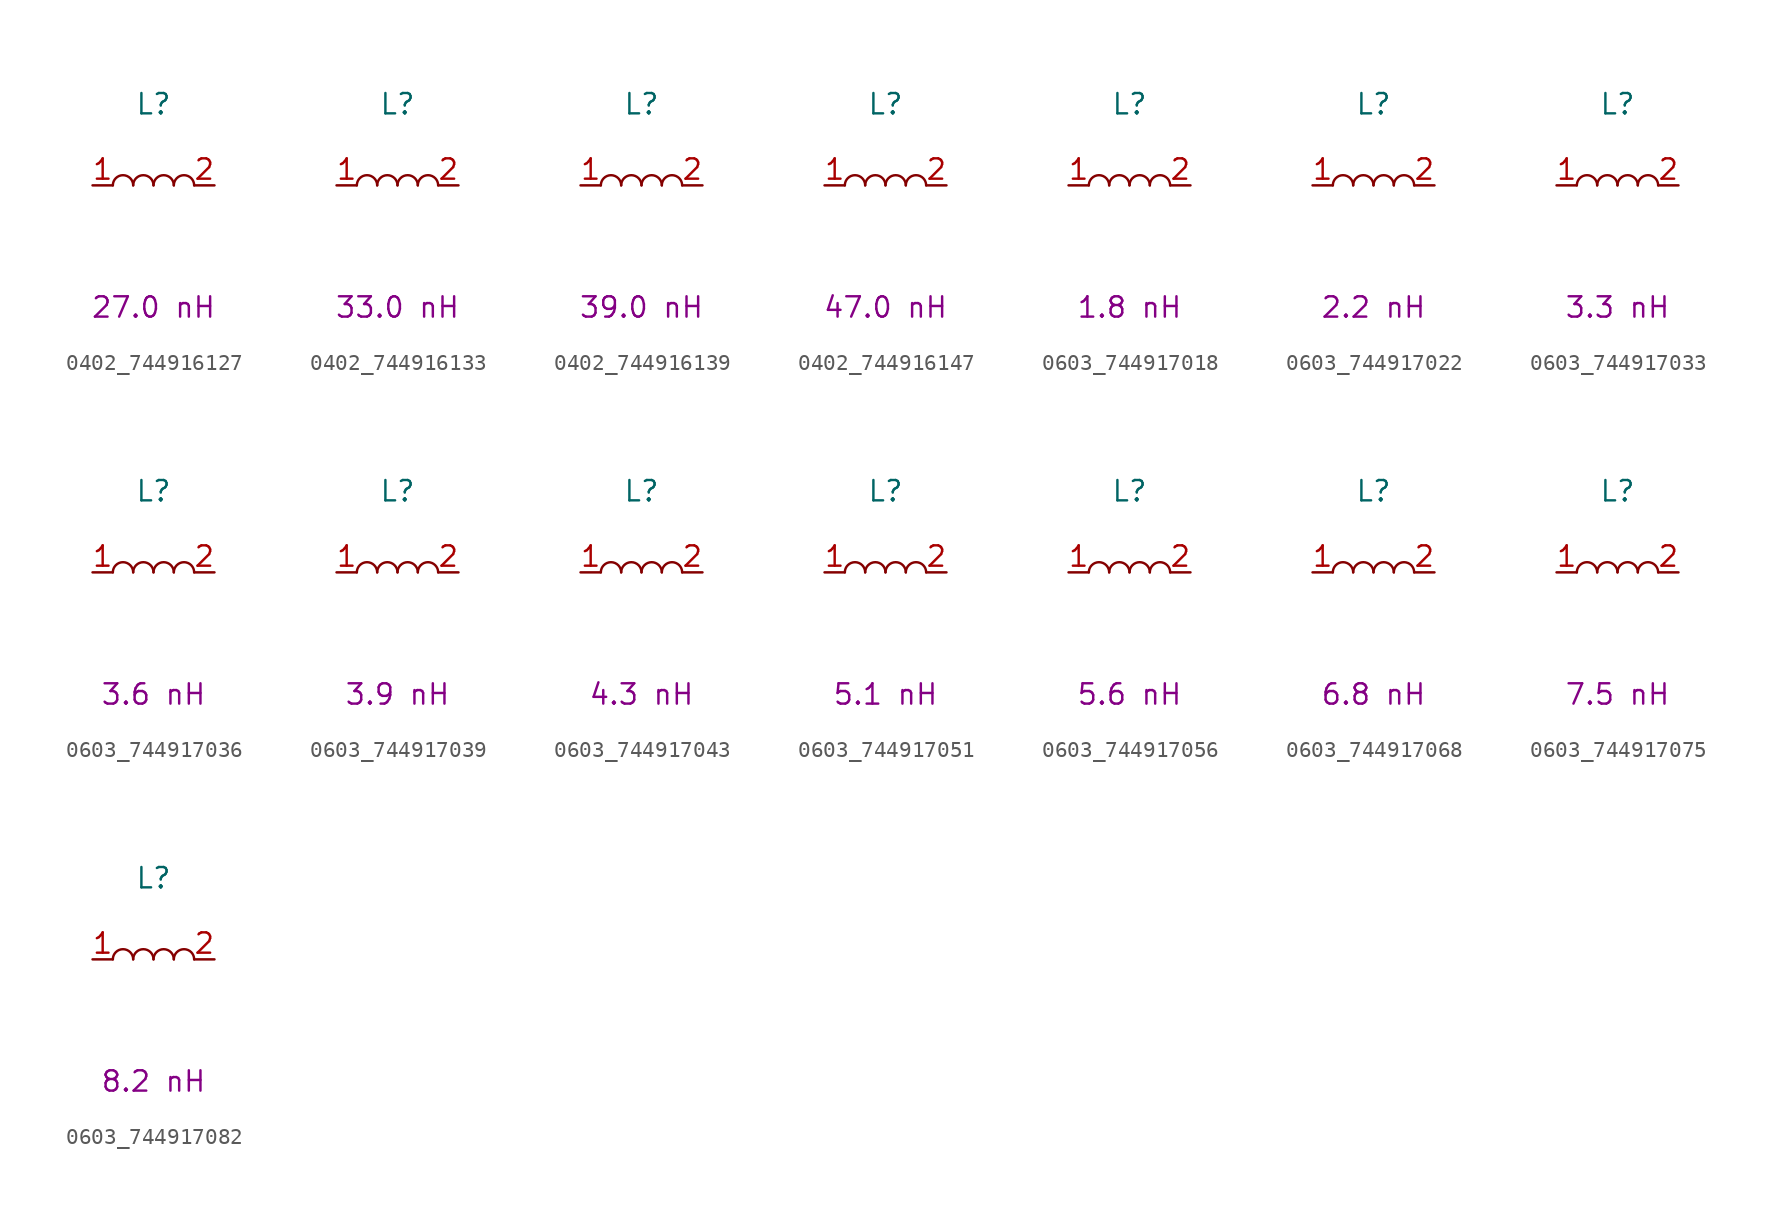
<source format=kicad_sym>
(kicad_symbol_lib
  (version 20220914)
  (generator kicad_symbol_editor)
  (symbol "0402_744916127"
    (pin_names hide)
    (property "Reference" "L"
      (at 0 5.08 0)
      (effects (font (size 1.27 1.27))))
    (property "Critical Parameter" "27.0 nH"
      (at 0 -7.62 0)
      (effects (font (size 1.27 1.27))))
    (symbol "0402_744916127_0_1"
      (arc (start -1.27 0) (mid -1.905 0.6323) (end -2.54 0) (stroke (width 0) (type default)) (fill (type none)))
      (arc (start 0 0) (mid -0.635 0.6323) (end -1.27 0) (stroke (width 0) (type default)) (fill (type none)))
      (arc (start 1.27 0) (mid 0.635 0.6323) (end 0 0) (stroke (width 0) (type default)) (fill (type none)))
      (arc (start 2.54 0) (mid 1.905 0.6323) (end 1.27 0) (stroke (width 0) (type default)) (fill (type none))))
    (symbol "0402_744916127_1_1"
      (pin passive line (at -3.81 0 0) (length 1.27) (name "1" (effects (font (size 1.27 1.27)))) (number "1" (effects (font (size 1.27 1.27)))))
      (pin passive line (at 3.81 0 180) (length 1.27) (name "2" (effects (font (size 1.27 1.27)))) (number "2" (effects (font (size 1.27 1.27)))))))
  (symbol "0402_744916133"
    (pin_names hide)
    (property "Reference" "L"
      (at 0 5.08 0)
      (effects (font (size 1.27 1.27))))
    (property "Critical Parameter" "33.0 nH"
      (at 0 -7.62 0)
      (effects (font (size 1.27 1.27))))
    (symbol "0402_744916133_0_1"
      (arc (start -1.27 0) (mid -1.905 0.6323) (end -2.54 0) (stroke (width 0) (type default)) (fill (type none)))
      (arc (start 0 0) (mid -0.635 0.6323) (end -1.27 0) (stroke (width 0) (type default)) (fill (type none)))
      (arc (start 1.27 0) (mid 0.635 0.6323) (end 0 0) (stroke (width 0) (type default)) (fill (type none)))
      (arc (start 2.54 0) (mid 1.905 0.6323) (end 1.27 0) (stroke (width 0) (type default)) (fill (type none))))
    (symbol "0402_744916133_1_1"
      (pin passive line (at -3.81 0 0) (length 1.27) (name "1" (effects (font (size 1.27 1.27)))) (number "1" (effects (font (size 1.27 1.27)))))
      (pin passive line (at 3.81 0 180) (length 1.27) (name "2" (effects (font (size 1.27 1.27)))) (number "2" (effects (font (size 1.27 1.27)))))))
  (symbol "0402_744916139"
    (pin_names hide)
    (property "Reference" "L"
      (at 0 5.08 0)
      (effects (font (size 1.27 1.27))))
    (property "Critical Parameter" "39.0 nH"
      (at 0 -7.62 0)
      (effects (font (size 1.27 1.27))))
    (symbol "0402_744916139_0_1"
      (arc (start -1.27 0) (mid -1.905 0.6323) (end -2.54 0) (stroke (width 0) (type default)) (fill (type none)))
      (arc (start 0 0) (mid -0.635 0.6323) (end -1.27 0) (stroke (width 0) (type default)) (fill (type none)))
      (arc (start 1.27 0) (mid 0.635 0.6323) (end 0 0) (stroke (width 0) (type default)) (fill (type none)))
      (arc (start 2.54 0) (mid 1.905 0.6323) (end 1.27 0) (stroke (width 0) (type default)) (fill (type none))))
    (symbol "0402_744916139_1_1"
      (pin passive line (at -3.81 0 0) (length 1.27) (name "1" (effects (font (size 1.27 1.27)))) (number "1" (effects (font (size 1.27 1.27)))))
      (pin passive line (at 3.81 0 180) (length 1.27) (name "2" (effects (font (size 1.27 1.27)))) (number "2" (effects (font (size 1.27 1.27)))))))
  (symbol "0402_744916147"
    (pin_names hide)
    (property "Reference" "L"
      (at 0 5.08 0)
      (effects (font (size 1.27 1.27))))
    (property "Critical Parameter" "47.0 nH"
      (at 0 -7.62 0)
      (effects (font (size 1.27 1.27))))
    (symbol "0402_744916147_0_1"
      (arc (start -1.27 0) (mid -1.905 0.6323) (end -2.54 0) (stroke (width 0) (type default)) (fill (type none)))
      (arc (start 0 0) (mid -0.635 0.6323) (end -1.27 0) (stroke (width 0) (type default)) (fill (type none)))
      (arc (start 1.27 0) (mid 0.635 0.6323) (end 0 0) (stroke (width 0) (type default)) (fill (type none)))
      (arc (start 2.54 0) (mid 1.905 0.6323) (end 1.27 0) (stroke (width 0) (type default)) (fill (type none))))
    (symbol "0402_744916147_1_1"
      (pin passive line (at -3.81 0 0) (length 1.27) (name "1" (effects (font (size 1.27 1.27)))) (number "1" (effects (font (size 1.27 1.27)))))
      (pin passive line (at 3.81 0 180) (length 1.27) (name "2" (effects (font (size 1.27 1.27)))) (number "2" (effects (font (size 1.27 1.27)))))))
  (symbol "0603_744917018"
    (pin_names hide)
    (property "Reference" "L"
      (at 0 5.08 0)
      (effects (font (size 1.27 1.27))))
    (property "Critical Parameter" "1.8 nH"
      (at 0 -7.62 0)
      (effects (font (size 1.27 1.27))))
    (symbol "0603_744917018_0_1"
      (arc (start -1.27 0) (mid -1.905 0.6323) (end -2.54 0) (stroke (width 0) (type default)) (fill (type none)))
      (arc (start 0 0) (mid -0.635 0.6323) (end -1.27 0) (stroke (width 0) (type default)) (fill (type none)))
      (arc (start 1.27 0) (mid 0.635 0.6323) (end 0 0) (stroke (width 0) (type default)) (fill (type none)))
      (arc (start 2.54 0) (mid 1.905 0.6323) (end 1.27 0) (stroke (width 0) (type default)) (fill (type none))))
    (symbol "0603_744917018_1_1"
      (pin passive line (at -3.81 0 0) (length 1.27) (name "1" (effects (font (size 1.27 1.27)))) (number "1" (effects (font (size 1.27 1.27)))))
      (pin passive line (at 3.81 0 180) (length 1.27) (name "2" (effects (font (size 1.27 1.27)))) (number "2" (effects (font (size 1.27 1.27)))))))
  (symbol "0603_744917022"
    (pin_names hide)
    (property "Reference" "L"
      (at 0 5.08 0)
      (effects (font (size 1.27 1.27))))
    (property "Critical Parameter" "2.2 nH"
      (at 0 -7.62 0)
      (effects (font (size 1.27 1.27))))
    (symbol "0603_744917022_0_1"
      (arc (start -1.27 0) (mid -1.905 0.6323) (end -2.54 0) (stroke (width 0) (type default)) (fill (type none)))
      (arc (start 0 0) (mid -0.635 0.6323) (end -1.27 0) (stroke (width 0) (type default)) (fill (type none)))
      (arc (start 1.27 0) (mid 0.635 0.6323) (end 0 0) (stroke (width 0) (type default)) (fill (type none)))
      (arc (start 2.54 0) (mid 1.905 0.6323) (end 1.27 0) (stroke (width 0) (type default)) (fill (type none))))
    (symbol "0603_744917022_1_1"
      (pin passive line (at -3.81 0 0) (length 1.27) (name "1" (effects (font (size 1.27 1.27)))) (number "1" (effects (font (size 1.27 1.27)))))
      (pin passive line (at 3.81 0 180) (length 1.27) (name "2" (effects (font (size 1.27 1.27)))) (number "2" (effects (font (size 1.27 1.27)))))))
  (symbol "0603_744917033"
    (pin_names hide)
    (property "Reference" "L"
      (at 0 5.08 0)
      (effects (font (size 1.27 1.27))))
    (property "Critical Parameter" "3.3 nH"
      (at 0 -7.62 0)
      (effects (font (size 1.27 1.27))))
    (symbol "0603_744917033_0_1"
      (arc (start -1.27 0) (mid -1.905 0.6323) (end -2.54 0) (stroke (width 0) (type default)) (fill (type none)))
      (arc (start 0 0) (mid -0.635 0.6323) (end -1.27 0) (stroke (width 0) (type default)) (fill (type none)))
      (arc (start 1.27 0) (mid 0.635 0.6323) (end 0 0) (stroke (width 0) (type default)) (fill (type none)))
      (arc (start 2.54 0) (mid 1.905 0.6323) (end 1.27 0) (stroke (width 0) (type default)) (fill (type none))))
    (symbol "0603_744917033_1_1"
      (pin passive line (at -3.81 0 0) (length 1.27) (name "1" (effects (font (size 1.27 1.27)))) (number "1" (effects (font (size 1.27 1.27)))))
      (pin passive line (at 3.81 0 180) (length 1.27) (name "2" (effects (font (size 1.27 1.27)))) (number "2" (effects (font (size 1.27 1.27)))))))
  (symbol "0603_744917036"
    (pin_names hide)
    (property "Reference" "L"
      (at 0 5.08 0)
      (effects (font (size 1.27 1.27))))
    (property "Critical Parameter" "3.6 nH"
      (at 0 -7.62 0)
      (effects (font (size 1.27 1.27))))
    (symbol "0603_744917036_0_1"
      (arc (start -1.27 0) (mid -1.905 0.6323) (end -2.54 0) (stroke (width 0) (type default)) (fill (type none)))
      (arc (start 0 0) (mid -0.635 0.6323) (end -1.27 0) (stroke (width 0) (type default)) (fill (type none)))
      (arc (start 1.27 0) (mid 0.635 0.6323) (end 0 0) (stroke (width 0) (type default)) (fill (type none)))
      (arc (start 2.54 0) (mid 1.905 0.6323) (end 1.27 0) (stroke (width 0) (type default)) (fill (type none))))
    (symbol "0603_744917036_1_1"
      (pin passive line (at -3.81 0 0) (length 1.27) (name "1" (effects (font (size 1.27 1.27)))) (number "1" (effects (font (size 1.27 1.27)))))
      (pin passive line (at 3.81 0 180) (length 1.27) (name "2" (effects (font (size 1.27 1.27)))) (number "2" (effects (font (size 1.27 1.27)))))))
  (symbol "0603_744917039"
    (pin_names hide)
    (property "Reference" "L"
      (at 0 5.08 0)
      (effects (font (size 1.27 1.27))))
    (property "Critical Parameter" "3.9 nH"
      (at 0 -7.62 0)
      (effects (font (size 1.27 1.27))))
    (symbol "0603_744917039_0_1"
      (arc (start -1.27 0) (mid -1.905 0.6323) (end -2.54 0) (stroke (width 0) (type default)) (fill (type none)))
      (arc (start 0 0) (mid -0.635 0.6323) (end -1.27 0) (stroke (width 0) (type default)) (fill (type none)))
      (arc (start 1.27 0) (mid 0.635 0.6323) (end 0 0) (stroke (width 0) (type default)) (fill (type none)))
      (arc (start 2.54 0) (mid 1.905 0.6323) (end 1.27 0) (stroke (width 0) (type default)) (fill (type none))))
    (symbol "0603_744917039_1_1"
      (pin passive line (at -3.81 0 0) (length 1.27) (name "1" (effects (font (size 1.27 1.27)))) (number "1" (effects (font (size 1.27 1.27)))))
      (pin passive line (at 3.81 0 180) (length 1.27) (name "2" (effects (font (size 1.27 1.27)))) (number "2" (effects (font (size 1.27 1.27)))))))
  (symbol "0603_744917043"
    (pin_names hide)
    (property "Reference" "L"
      (at 0 5.08 0)
      (effects (font (size 1.27 1.27))))
    (property "Critical Parameter" "4.3 nH"
      (at 0 -7.62 0)
      (effects (font (size 1.27 1.27))))
    (symbol "0603_744917043_0_1"
      (arc (start -1.27 0) (mid -1.905 0.6323) (end -2.54 0) (stroke (width 0) (type default)) (fill (type none)))
      (arc (start 0 0) (mid -0.635 0.6323) (end -1.27 0) (stroke (width 0) (type default)) (fill (type none)))
      (arc (start 1.27 0) (mid 0.635 0.6323) (end 0 0) (stroke (width 0) (type default)) (fill (type none)))
      (arc (start 2.54 0) (mid 1.905 0.6323) (end 1.27 0) (stroke (width 0) (type default)) (fill (type none))))
    (symbol "0603_744917043_1_1"
      (pin passive line (at -3.81 0 0) (length 1.27) (name "1" (effects (font (size 1.27 1.27)))) (number "1" (effects (font (size 1.27 1.27)))))
      (pin passive line (at 3.81 0 180) (length 1.27) (name "2" (effects (font (size 1.27 1.27)))) (number "2" (effects (font (size 1.27 1.27)))))))
  (symbol "0603_744917051"
    (pin_names hide)
    (property "Reference" "L"
      (at 0 5.08 0)
      (effects (font (size 1.27 1.27))))
    (property "Critical Parameter" "5.1 nH"
      (at 0 -7.62 0)
      (effects (font (size 1.27 1.27))))
    (symbol "0603_744917051_0_1"
      (arc (start -1.27 0) (mid -1.905 0.6323) (end -2.54 0) (stroke (width 0) (type default)) (fill (type none)))
      (arc (start 0 0) (mid -0.635 0.6323) (end -1.27 0) (stroke (width 0) (type default)) (fill (type none)))
      (arc (start 1.27 0) (mid 0.635 0.6323) (end 0 0) (stroke (width 0) (type default)) (fill (type none)))
      (arc (start 2.54 0) (mid 1.905 0.6323) (end 1.27 0) (stroke (width 0) (type default)) (fill (type none))))
    (symbol "0603_744917051_1_1"
      (pin passive line (at -3.81 0 0) (length 1.27) (name "1" (effects (font (size 1.27 1.27)))) (number "1" (effects (font (size 1.27 1.27)))))
      (pin passive line (at 3.81 0 180) (length 1.27) (name "2" (effects (font (size 1.27 1.27)))) (number "2" (effects (font (size 1.27 1.27)))))))
  (symbol "0603_744917056"
    (pin_names hide)
    (property "Reference" "L"
      (at 0 5.08 0)
      (effects (font (size 1.27 1.27))))
    (property "Critical Parameter" "5.6 nH"
      (at 0 -7.62 0)
      (effects (font (size 1.27 1.27))))
    (symbol "0603_744917056_0_1"
      (arc (start -1.27 0) (mid -1.905 0.6323) (end -2.54 0) (stroke (width 0) (type default)) (fill (type none)))
      (arc (start 0 0) (mid -0.635 0.6323) (end -1.27 0) (stroke (width 0) (type default)) (fill (type none)))
      (arc (start 1.27 0) (mid 0.635 0.6323) (end 0 0) (stroke (width 0) (type default)) (fill (type none)))
      (arc (start 2.54 0) (mid 1.905 0.6323) (end 1.27 0) (stroke (width 0) (type default)) (fill (type none))))
    (symbol "0603_744917056_1_1"
      (pin passive line (at -3.81 0 0) (length 1.27) (name "1" (effects (font (size 1.27 1.27)))) (number "1" (effects (font (size 1.27 1.27)))))
      (pin passive line (at 3.81 0 180) (length 1.27) (name "2" (effects (font (size 1.27 1.27)))) (number "2" (effects (font (size 1.27 1.27)))))))
  (symbol "0603_744917068"
    (pin_names hide)
    (property "Reference" "L"
      (at 0 5.08 0)
      (effects (font (size 1.27 1.27))))
    (property "Critical Parameter" "6.8 nH"
      (at 0 -7.62 0)
      (effects (font (size 1.27 1.27))))
    (symbol "0603_744917068_0_1"
      (arc (start -1.27 0) (mid -1.905 0.6323) (end -2.54 0) (stroke (width 0) (type default)) (fill (type none)))
      (arc (start 0 0) (mid -0.635 0.6323) (end -1.27 0) (stroke (width 0) (type default)) (fill (type none)))
      (arc (start 1.27 0) (mid 0.635 0.6323) (end 0 0) (stroke (width 0) (type default)) (fill (type none)))
      (arc (start 2.54 0) (mid 1.905 0.6323) (end 1.27 0) (stroke (width 0) (type default)) (fill (type none))))
    (symbol "0603_744917068_1_1"
      (pin passive line (at -3.81 0 0) (length 1.27) (name "1" (effects (font (size 1.27 1.27)))) (number "1" (effects (font (size 1.27 1.27)))))
      (pin passive line (at 3.81 0 180) (length 1.27) (name "2" (effects (font (size 1.27 1.27)))) (number "2" (effects (font (size 1.27 1.27)))))))
  (symbol "0603_744917075"
    (pin_names hide)
    (property "Reference" "L"
      (at 0 5.08 0)
      (effects (font (size 1.27 1.27))))
    (property "Critical Parameter" "7.5 nH"
      (at 0 -7.62 0)
      (effects (font (size 1.27 1.27))))
    (symbol "0603_744917075_0_1"
      (arc (start -1.27 0) (mid -1.905 0.6323) (end -2.54 0) (stroke (width 0) (type default)) (fill (type none)))
      (arc (start 0 0) (mid -0.635 0.6323) (end -1.27 0) (stroke (width 0) (type default)) (fill (type none)))
      (arc (start 1.27 0) (mid 0.635 0.6323) (end 0 0) (stroke (width 0) (type default)) (fill (type none)))
      (arc (start 2.54 0) (mid 1.905 0.6323) (end 1.27 0) (stroke (width 0) (type default)) (fill (type none))))
    (symbol "0603_744917075_1_1"
      (pin passive line (at -3.81 0 0) (length 1.27) (name "1" (effects (font (size 1.27 1.27)))) (number "1" (effects (font (size 1.27 1.27)))))
      (pin passive line (at 3.81 0 180) (length 1.27) (name "2" (effects (font (size 1.27 1.27)))) (number "2" (effects (font (size 1.27 1.27)))))))
  (symbol "0603_744917082"
    (pin_names hide)
    (property "Reference" "L"
      (at 0 5.08 0)
      (effects (font (size 1.27 1.27))))
    (property "Critical Parameter" "8.2 nH"
      (at 0 -7.62 0)
      (effects (font (size 1.27 1.27))))
    (symbol "0603_744917082_0_1"
      (arc (start -1.27 0) (mid -1.905 0.6323) (end -2.54 0) (stroke (width 0) (type default)) (fill (type none)))
      (arc (start 0 0) (mid -0.635 0.6323) (end -1.27 0) (stroke (width 0) (type default)) (fill (type none)))
      (arc (start 1.27 0) (mid 0.635 0.6323) (end 0 0) (stroke (width 0) (type default)) (fill (type none)))
      (arc (start 2.54 0) (mid 1.905 0.6323) (end 1.27 0) (stroke (width 0) (type default)) (fill (type none))))
    (symbol "0603_744917082_1_1"
      (pin passive line (at -3.81 0 0) (length 1.27) (name "1" (effects (font (size 1.27 1.27)))) (number "1" (effects (font (size 1.27 1.27)))))
      (pin passive line (at 3.81 0 180) (length 1.27) (name "2" (effects (font (size 1.27 1.27)))) (number "2" (effects (font (size 1.27 1.27))))))))
</source>
